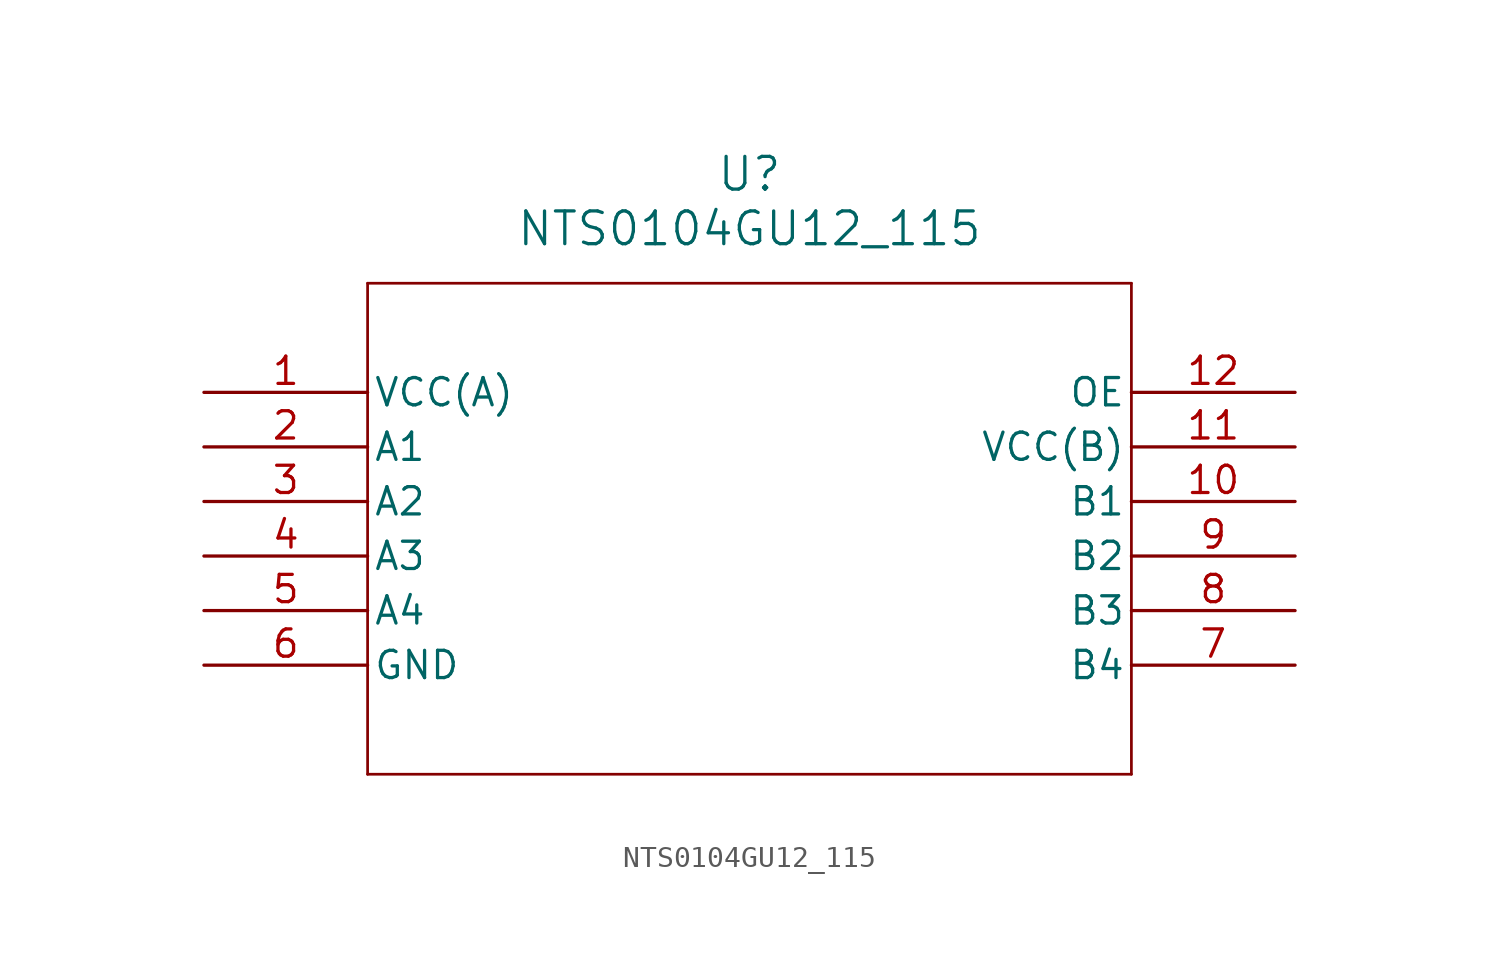
<source format=kicad_sym>
(kicad_symbol_lib
  (version 20211014)
  (generator kicad_symbol_editor)
  (symbol "NTS0104GU12_115"
    (pin_names
      (offset 0.254))
    (property "Reference" "U"
      (at 25.4 10.16 0)
      (effects (font (size 1.524 1.524))))
    (property "Value" "NTS0104GU12_115"
      (at 25.4 7.62 0)
      (effects (font (size 1.524 1.524))))
    (symbol "NTS0104GU12_115_0_1"
      (polyline (pts (xy 7.62 5.08) (xy 7.62 -17.78)) (stroke (width 0.127) (type default) (color 0 0 0 0)) (fill (type none)))
      (polyline (pts (xy 7.62 -17.78) (xy 43.18 -17.78)) (stroke (width 0.127) (type default) (color 0 0 0 0)) (fill (type none)))
      (polyline (pts (xy 43.18 -17.78) (xy 43.18 5.08)) (stroke (width 0.127) (type default) (color 0 0 0 0)) (fill (type none)))
      (polyline (pts (xy 43.18 5.08) (xy 7.62 5.08)) (stroke (width 0.127) (type default) (color 0 0 0 0)) (fill (type none)))
      (pin power_in line (at 0 0 0) (length 7.62) (name "VCC(A)" (effects (font (size 1.27 1.27)))) (number "1" (effects (font (size 1.27 1.27)))))
      (pin bidirectional line (at 0 -2.54 0) (length 7.62) (name "A1" (effects (font (size 1.27 1.27)))) (number "2" (effects (font (size 1.27 1.27)))))
      (pin bidirectional line (at 0 -5.08 0) (length 7.62) (name "A2" (effects (font (size 1.27 1.27)))) (number "3" (effects (font (size 1.27 1.27)))))
      (pin bidirectional line (at 0 -7.62 0) (length 7.62) (name "A3" (effects (font (size 1.27 1.27)))) (number "4" (effects (font (size 1.27 1.27)))))
      (pin bidirectional line (at 0 -10.16 0) (length 7.62) (name "A4" (effects (font (size 1.27 1.27)))) (number "5" (effects (font (size 1.27 1.27)))))
      (pin power_out line (at 0 -12.7 0) (length 7.62) (name "GND" (effects (font (size 1.27 1.27)))) (number "6" (effects (font (size 1.27 1.27)))))
      (pin bidirectional line (at 50.8 -12.7 180) (length 7.62) (name "B4" (effects (font (size 1.27 1.27)))) (number "7" (effects (font (size 1.27 1.27)))))
      (pin bidirectional line (at 50.8 -10.16 180) (length 7.62) (name "B3" (effects (font (size 1.27 1.27)))) (number "8" (effects (font (size 1.27 1.27)))))
      (pin bidirectional line (at 50.8 -7.62 180) (length 7.62) (name "B2" (effects (font (size 1.27 1.27)))) (number "9" (effects (font (size 1.27 1.27)))))
      (pin bidirectional line (at 50.8 -5.08 180) (length 7.62) (name "B1" (effects (font (size 1.27 1.27)))) (number "10" (effects (font (size 1.27 1.27)))))
      (pin power_in line (at 50.8 -2.54 180) (length 7.62) (name "VCC(B)" (effects (font (size 1.27 1.27)))) (number "11" (effects (font (size 1.27 1.27)))))
      (pin input line (at 50.8 0 180) (length 7.62) (name "OE" (effects (font (size 1.27 1.27)))) (number "12" (effects (font (size 1.27 1.27))))))))
</source>
